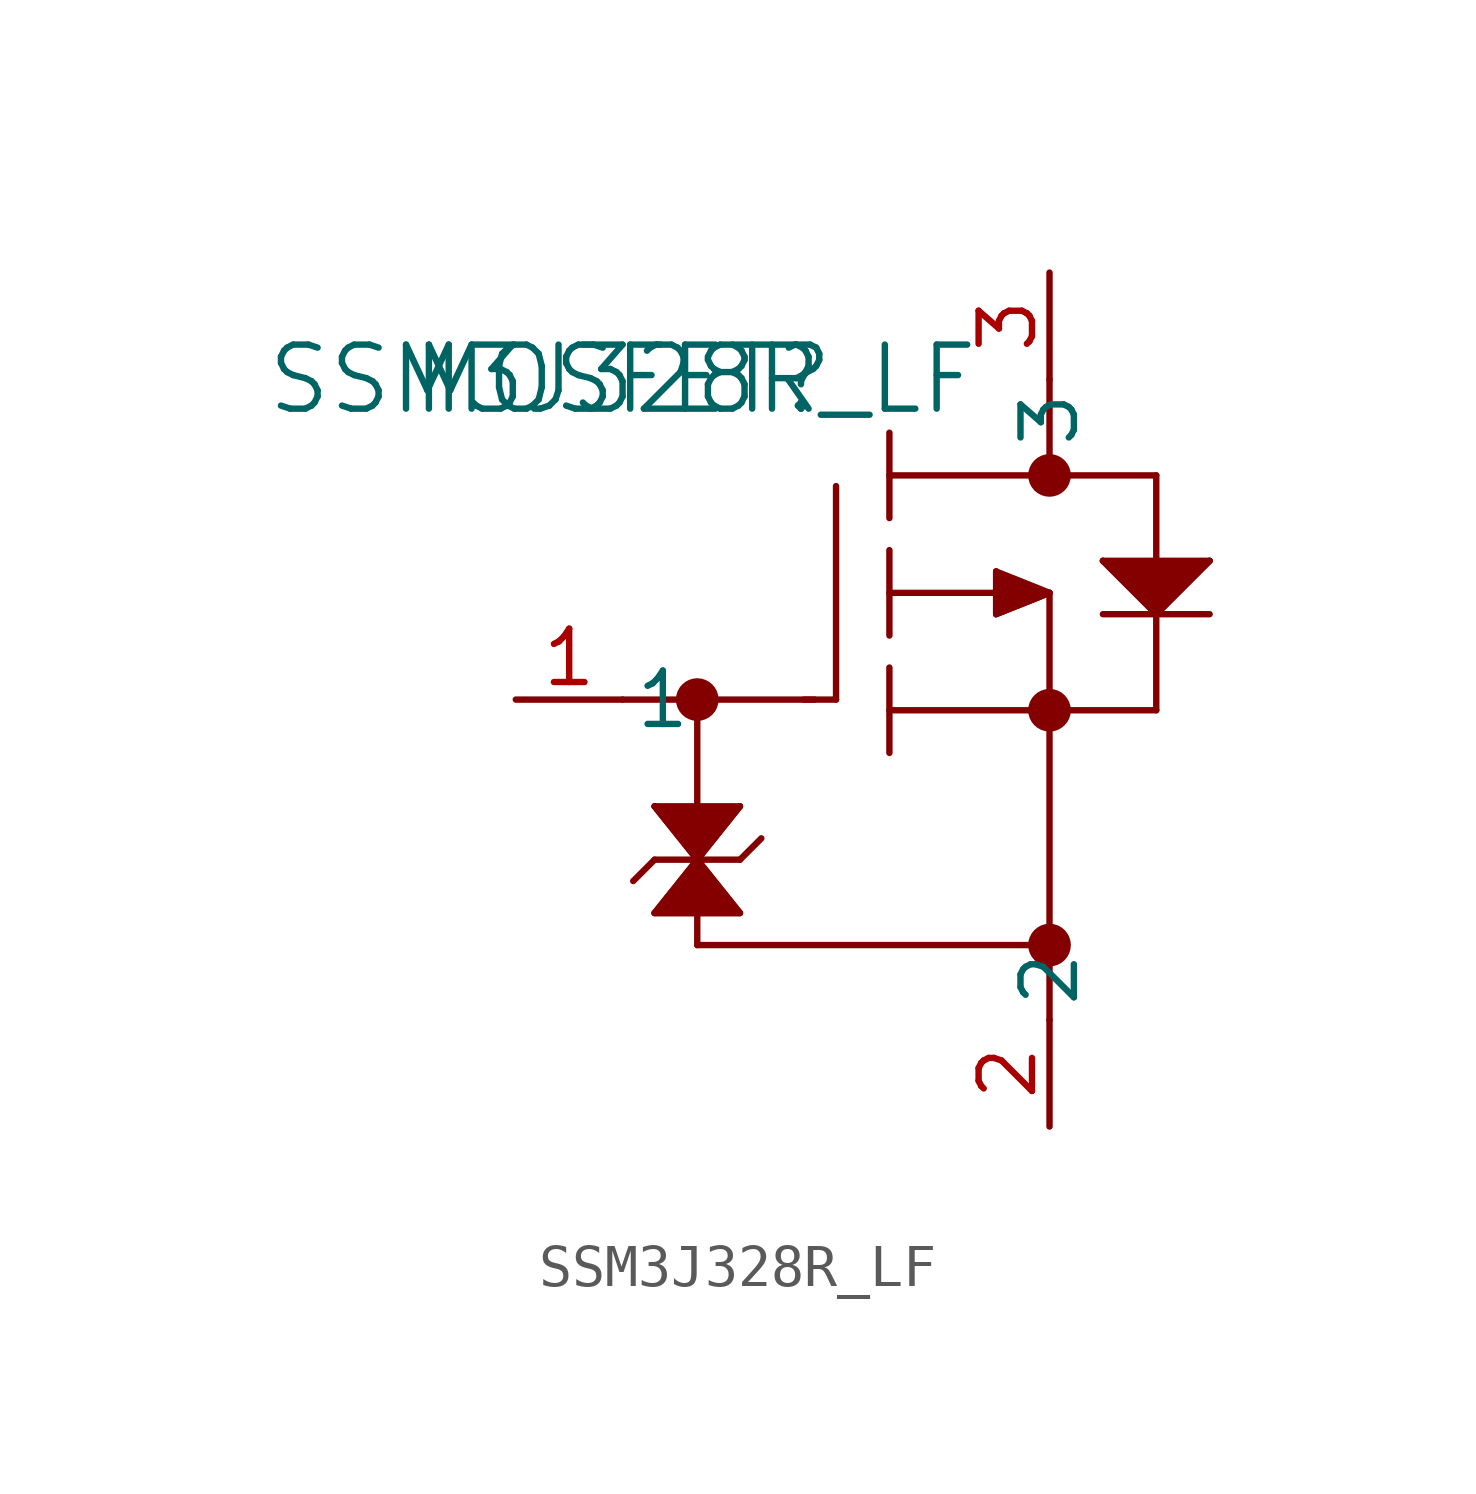
<source format=kicad_sym>
(kicad_symbol_lib
  (version 20211014)
  (generator kicad_symbol_editor)
  (symbol "SSM3J328R_LF"
    (pin_names
      (offset 0.254))
    (property "Reference" "MOSFET"
      (at 0 0 0)
      (effects (font (size 1.524 1.524))))
    (property "Value" "SSM3J328R_LF"
      (at 0 0 0)
      (effects (font (size 1.524 1.524))))
    (symbol "SSM3J328R_LF_0_1"
      (circle (center 1.778 -7.62) (radius 0.254) (stroke (width 0.508) (type default) (color 0 0 0 0)) (fill (type none)))
      (polyline (pts (xy 5.08 -7.62) (xy 5.08 -2.54)) (stroke (width 0.152) (type default) (color 0 0 0 0)) (fill (type none)))
      (polyline (pts (xy 6.35 -6.096) (xy 6.35 -4.064)) (stroke (width 0.152) (type default) (color 0 0 0 0)) (fill (type none)))
      (polyline (pts (xy 6.35 -3.302) (xy 6.35 -1.27)) (stroke (width 0.152) (type default) (color 0 0 0 0)) (fill (type none)))
      (polyline (pts (xy 6.35 -8.89) (xy 6.35 -6.858)) (stroke (width 0.152) (type default) (color 0 0 0 0)) (fill (type none)))
      (polyline (pts (xy 6.35 -7.874) (xy 12.7 -7.874)) (stroke (width 0.152) (type default) (color 0 0 0 0)) (fill (type none)))
      (polyline (pts (xy 6.35 -5.08) (xy 8.89 -5.08)) (stroke (width 0.152) (type default) (color 0 0 0 0)) (fill (type none)))
      (polyline (pts (xy 10.16 -5.08) (xy 10.16 -15.24)) (stroke (width 0.152) (type default) (color 0 0 0 0)) (fill (type none)))
      (polyline (pts (xy 12.7 -2.286) (xy 6.35 -2.286)) (stroke (width 0.152) (type default) (color 0 0 0 0)) (fill (type none)))
      (polyline (pts (xy 10.16 0) (xy 10.16 -2.286)) (stroke (width 0.152) (type default) (color 0 0 0 0)) (fill (type none)))
      (polyline (pts (xy 11.43 -5.588) (xy 13.97 -5.588)) (stroke (width 0.152) (type default) (color 0 0 0 0)) (fill (type none)))
      (polyline (pts (xy 12.7 -4.318) (xy 12.7 -2.286)) (stroke (width 0.152) (type default) (color 0 0 0 0)) (fill (type none)))
      (polyline (pts (xy 12.7 -7.874) (xy 12.7 -5.588)) (stroke (width 0.152) (type default) (color 0 0 0 0)) (fill (type none)))
      (polyline (pts (xy 5.08 -7.62) (xy 4.318 -7.62)) (stroke (width 0.152) (type default) (color 0 0 0 0)) (fill (type none)))
      (polyline (pts (xy 0.762 -11.43) (xy 2.794 -11.43)) (stroke (width 0.152) (type default) (color 0 0 0 0)) (fill (type none)))
      (polyline (pts (xy 0.762 -11.43) (xy 0.254 -11.938)) (stroke (width 0.152) (type default) (color 0 0 0 0)) (fill (type none)))
      (polyline (pts (xy 2.794 -11.43) (xy 3.302 -10.922)) (stroke (width 0.152) (type default) (color 0 0 0 0)) (fill (type none)))
      (polyline (pts (xy 0 -7.62) (xy 4.572 -7.62)) (stroke (width 0.152) (type default) (color 0 0 0 0)) (fill (type none)))
      (polyline (pts (xy 1.778 -7.62) (xy 1.778 -10.16)) (stroke (width 0.152) (type default) (color 0 0 0 0)) (fill (type none)))
      (polyline (pts (xy 1.778 -13.462) (xy 10.16 -13.462)) (stroke (width 0.152) (type default) (color 0 0 0 0)) (fill (type none)))
      (circle (center 10.16 -2.286) (radius 0.254) (stroke (width 0.508) (type default) (color 0 0 0 0)) (fill (type none)))
      (circle (center 10.16 -7.874) (radius 0.254) (stroke (width 0.508) (type default) (color 0 0 0 0)) (fill (type none)))
      (circle (center 10.16 -13.462) (radius 0.254) (stroke (width 0.508) (type default) (color 0 0 0 0)) (fill (type none)))
      (polyline (pts (xy 0.762 -10.16) (xy 1.778 -11.43)) (stroke (width 0.152) (type default) (color 0 0 0 0)) (fill (type none)))
      (polyline (pts (xy 0.762 -10.16) (xy 2.794 -10.16)) (stroke (width 0.152) (type default) (color 0 0 0 0)) (fill (type none)))
      (polyline (pts (xy 2.794 -10.16) (xy 1.778 -11.43)) (stroke (width 0.152) (type default) (color 0 0 0 0)) (fill (type none)))
      (polyline (pts (xy 1.778 -11.43) (xy 0.762 -12.7)) (stroke (width 0.152) (type default) (color 0 0 0 0)) (fill (type none)))
      (polyline (pts (xy 0.762 -12.7) (xy 2.794 -12.7)) (stroke (width 0.152) (type default) (color 0 0 0 0)) (fill (type none)))
      (polyline (pts (xy 2.794 -12.7) (xy 1.778 -11.43)) (stroke (width 0.152) (type default) (color 0 0 0 0)) (fill (type none)))
      (polyline (pts (xy 10.16 -5.08) (xy 8.89 -4.572)) (stroke (width 0.152) (type default) (color 0 0 0 0)) (fill (type none)))
      (polyline (pts (xy 8.89 -4.572) (xy 8.89 -5.588)) (stroke (width 0.152) (type default) (color 0 0 0 0)) (fill (type none)))
      (polyline (pts (xy 8.89 -5.588) (xy 10.16 -5.08)) (stroke (width 0.152) (type default) (color 0 0 0 0)) (fill (type none)))
      (polyline (pts (xy 11.43 -4.318) (xy 13.97 -4.318)) (stroke (width 0.152) (type default) (color 0 0 0 0)) (fill (type none)))
      (polyline (pts (xy 13.97 -4.318) (xy 12.7 -5.588)) (stroke (width 0.152) (type default) (color 0 0 0 0)) (fill (type none)))
      (polyline (pts (xy 12.7 -5.588) (xy 11.43 -4.318)) (stroke (width 0.152) (type default) (color 0 0 0 0)) (fill (type none)))
      (polyline (pts (xy 1.778 -12.7) (xy 1.778 -13.462)) (stroke (width 0.152) (type default) (color 0 0 0 0)) (fill (type none)))
      (polyline (pts (xy 0.762 -10.16) (xy 1.778 -11.43) (xy 0.762 -12.7) (xy 2.794 -12.7) (xy 1.778 -11.43) (xy 2.794 -10.16)) (stroke (width 0) (type default) (color 0 0 0 0)) (fill (type outline)))
      (polyline (pts (xy 8.89 -4.572) (xy 8.89 -5.588) (xy 10.16 -5.08)) (stroke (width 0) (type default) (color 0 0 0 0)) (fill (type outline)))
      (polyline (pts (xy 11.43 -4.318) (xy 12.7 -5.588) (xy 13.97 -4.318)) (stroke (width 0) (type default) (color 0 0 0 0)) (fill (type outline)))
      (pin unspecified line (at -2.54 -7.62 0) (length 2.54) (name "1" (effects (font (size 1.27 1.27)))) (number "1" (effects (font (size 1.27 1.27)))))
      (pin unspecified line (at 10.16 -17.78 90) (length 2.54) (name "2" (effects (font (size 1.27 1.27)))) (number "2" (effects (font (size 1.27 1.27)))))
      (pin unspecified line (at 10.16 2.54 270) (length 2.54) (name "3" (effects (font (size 1.27 1.27)))) (number "3" (effects (font (size 1.27 1.27))))))))
</source>
